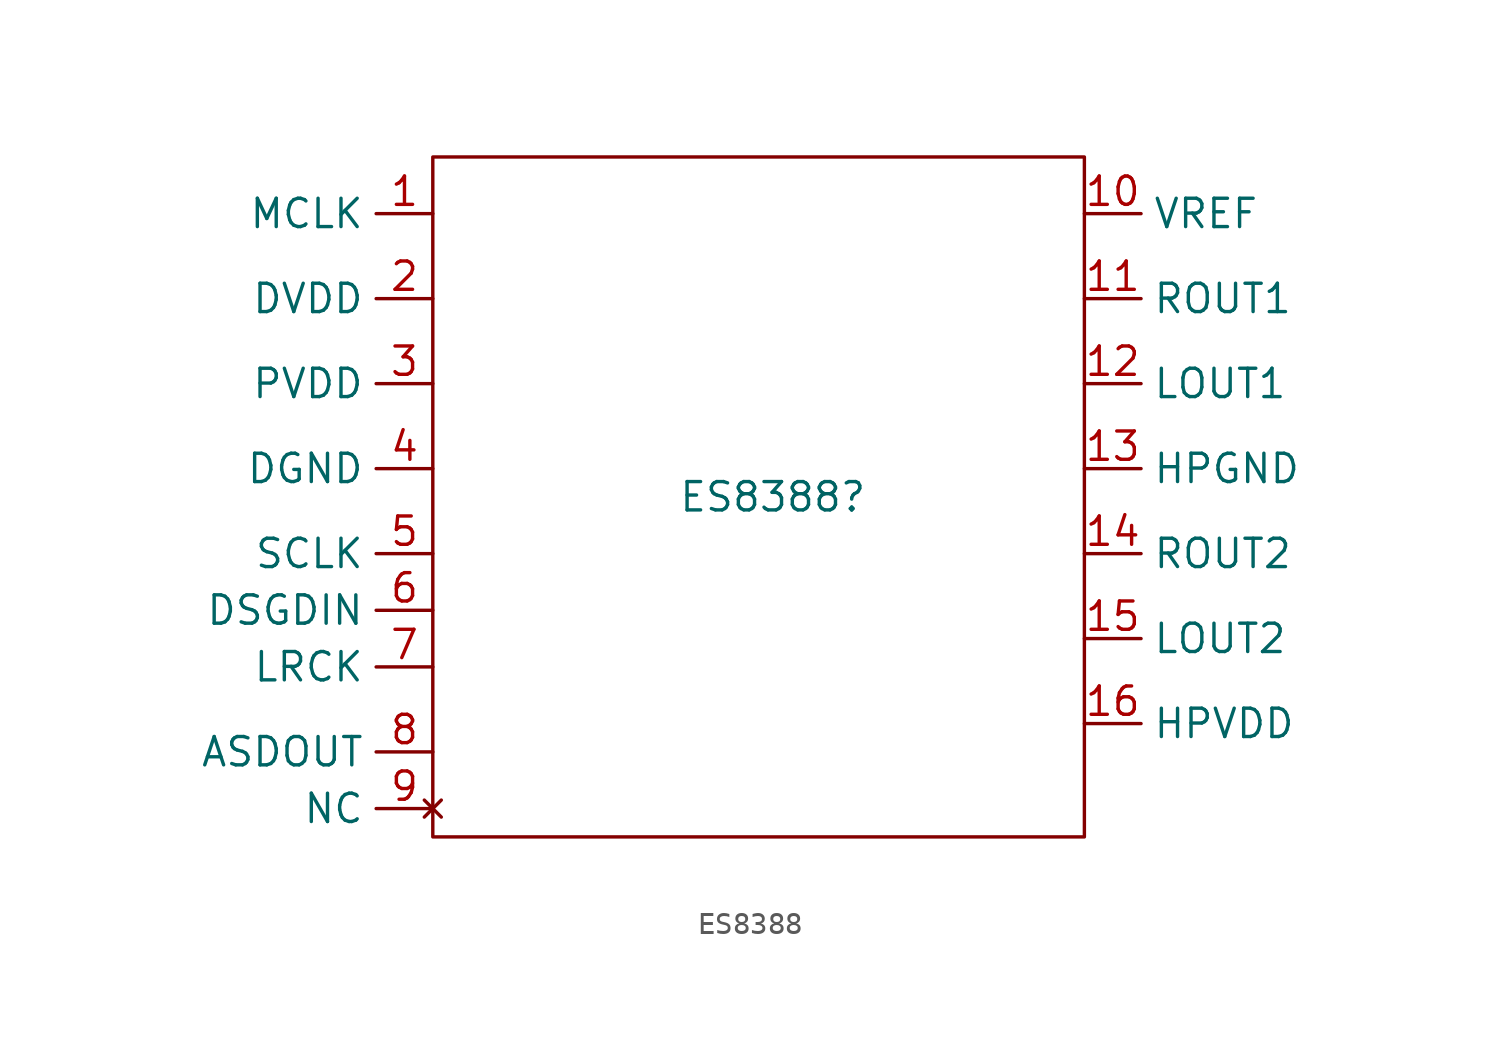
<source format=kicad_sym>
(kicad_symbol_lib
  (version 20231120)
  (generator "kicad_symbol_editor")
  (generator_version "8.0")
  (symbol "ES8388"
    (property "Reference" "ES8388"
      (at 0 0 0)
      (effects (font (size 1.27 1.27))))
    (property "Value" ""
      (at 0 0 0)
      (effects (font (size 1.27 1.27))))
    (symbol "ES8388_0_1"
      (rectangle (start -15.24 15.24) (end 13.97 -15.24) (stroke (width 0) (type default)) (fill (type none))))
    (symbol "ES8388_1_1"
      (pin input line (at -15.24 12.7 180) (length 2.54) (name "MCLK" (effects (font (size 1.27 1.27)))) (number "1" (effects (font (size 1.27 1.27)))))
      (pin output line (at 13.97 12.7 0) (length 2.54) (name "VREF" (effects (font (size 1.27 1.27)))) (number "10" (effects (font (size 1.27 1.27)))))
      (pin output line (at 13.97 8.89 0) (length 2.54) (name "ROUT1" (effects (font (size 1.27 1.27)))) (number "11" (effects (font (size 1.27 1.27)))))
      (pin output line (at 13.97 5.08 0) (length 2.54) (name "LOUT1" (effects (font (size 1.27 1.27)))) (number "12" (effects (font (size 1.27 1.27)))))
      (pin power_in line (at 13.97 1.27 0) (length 2.54) (name "HPGND" (effects (font (size 1.27 1.27)))) (number "13" (effects (font (size 1.27 1.27)))))
      (pin output line (at 13.97 -2.54 0) (length 2.54) (name "ROUT2" (effects (font (size 1.27 1.27)))) (number "14" (effects (font (size 1.27 1.27)))))
      (pin output line (at 13.97 -6.35 0) (length 2.54) (name "LOUT2" (effects (font (size 1.27 1.27)))) (number "15" (effects (font (size 1.27 1.27)))))
      (pin power_in line (at 13.97 -10.16 0) (length 2.54) (name "HPVDD" (effects (font (size 1.27 1.27)))) (number "16" (effects (font (size 1.27 1.27)))))
      (pin unspecified line (at -15.24 8.89 180) (length 2.54) (name "DVDD" (effects (font (size 1.27 1.27)))) (number "2" (effects (font (size 1.27 1.27)))))
      (pin unspecified line (at -15.24 5.08 180) (length 2.54) (name "PVDD" (effects (font (size 1.27 1.27)))) (number "3" (effects (font (size 1.27 1.27)))))
      (pin unspecified line (at -15.24 1.27 180) (length 2.54) (name "DGND" (effects (font (size 1.27 1.27)))) (number "4" (effects (font (size 1.27 1.27)))))
      (pin bidirectional line (at -15.24 -2.54 180) (length 2.54) (name "SCLK" (effects (font (size 1.27 1.27)))) (number "5" (effects (font (size 1.27 1.27)))))
      (pin input line (at -15.24 -5.08 180) (length 2.54) (name "DSGDIN" (effects (font (size 1.27 1.27)))) (number "6" (effects (font (size 1.27 1.27)))))
      (pin bidirectional line (at -15.24 -7.62 180) (length 2.54) (name "LRCK" (effects (font (size 1.27 1.27)))) (number "7" (effects (font (size 1.27 1.27)))))
      (pin output line (at -15.24 -11.43 180) (length 2.54) (name "ASDOUT" (effects (font (size 1.27 1.27)))) (number "8" (effects (font (size 1.27 1.27)))))
      (pin no_connect line (at -15.24 -13.97 180) (length 2.54) (name "NC" (effects (font (size 1.27 1.27)))) (number "9" (effects (font (size 1.27 1.27))))))))
</source>
